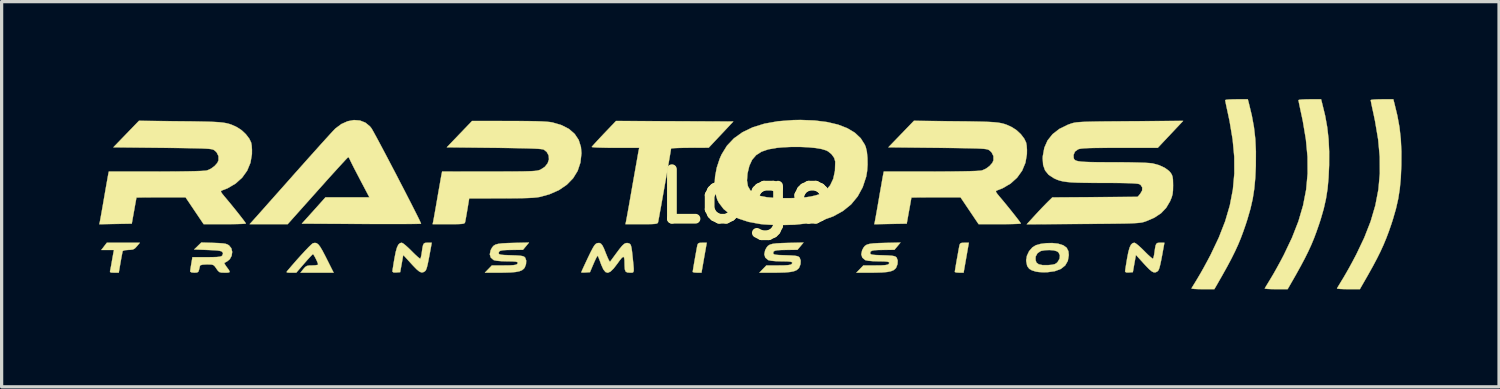
<source format=kicad_pcb>
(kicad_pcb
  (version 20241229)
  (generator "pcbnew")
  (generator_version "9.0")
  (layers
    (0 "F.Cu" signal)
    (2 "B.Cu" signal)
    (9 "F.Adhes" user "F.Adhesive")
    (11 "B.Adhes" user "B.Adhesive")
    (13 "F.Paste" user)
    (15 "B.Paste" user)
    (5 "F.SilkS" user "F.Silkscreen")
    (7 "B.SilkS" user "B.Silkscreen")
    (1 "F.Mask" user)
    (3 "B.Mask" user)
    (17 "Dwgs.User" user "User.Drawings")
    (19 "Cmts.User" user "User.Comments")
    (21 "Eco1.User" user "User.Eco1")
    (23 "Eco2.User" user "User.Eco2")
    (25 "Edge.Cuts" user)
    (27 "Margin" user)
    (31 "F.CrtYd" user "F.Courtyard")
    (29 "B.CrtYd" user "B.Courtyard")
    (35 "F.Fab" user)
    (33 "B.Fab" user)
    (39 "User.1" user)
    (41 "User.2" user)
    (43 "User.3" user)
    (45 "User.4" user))
  (footprint "Logo"
    (layer "F.Cu")
    (at 19.946 2.99)
    (property "Reference" "Logo" (at 0 0 0) (layer "F.SilkS") (effects (font (size 1.524 1.524) (thickness 0.3))))
    (attr through_hole)
    (fp_poly (pts (xy -1.413 2.349) (xy -1.548 2.349) (xy -1.63 2.344) (xy -1.678 2.331) (xy -1.683 2.325) (xy -1.677 2.285) (xy -1.663 2.198) (xy -1.643 2.078) (xy -1.619 1.94) (xy -1.594 1.798) (xy -1.57 1.667) (xy -1.551 1.562) (xy -1.538 1.5) (xy -1.518 1.454) (xy -1.473 1.433) (xy -1.387 1.429) (xy -1.251 1.429) (xy -1.413 2.349)) (stroke (width 0.01) (type solid)) (fill yes) (layer "F.SilkS"))
    (fp_poly (pts (xy 6.652 2.349) (xy 6.517 2.349) (xy 6.434 2.344) (xy 6.387 2.331) (xy 6.382 2.325) (xy 6.387 2.285) (xy 6.401 2.198) (xy 6.421 2.078) (xy 6.445 1.94) (xy 6.471 1.798) (xy 6.494 1.667) (xy 6.514 1.562) (xy 6.526 1.5) (xy 6.546 1.454) (xy 6.592 1.433) (xy 6.678 1.429) (xy 6.813 1.429) (xy 6.652 2.349)) (stroke (width 0.01) (type solid)) (fill yes) (layer "F.SilkS"))
    (fp_poly (pts (xy -18.785 1.538) (xy -18.846 1.603) (xy -18.906 1.636) (xy -18.991 1.647) (xy -19.043 1.649) (xy -19.153 1.658) (xy -19.215 1.679) (xy -19.223 1.691) (xy -19.233 1.738) (xy -19.251 1.831) (xy -19.274 1.956) (xy -19.289 2.04) (xy -19.342 2.349) (xy -19.484 2.349) (xy -19.571 2.346) (xy -19.609 2.331) (xy -19.611 2.298) (xy -19.609 2.294) (xy -19.596 2.235) (xy -19.577 2.135) (xy -19.559 2.032) (xy -19.538 1.91) (xy -19.518 1.8) (xy -19.507 1.738) (xy -19.489 1.651) (xy -19.879 1.651) (xy -19.709 1.429) (xy -18.694 1.429) (xy -18.785 1.538)) (stroke (width 0.01) (type solid)) (fill yes) (layer "F.SilkS"))
    (fp_poly (pts (xy -13.254 1.442) (xy -13.202 1.481) (xy -13.145 1.554) (xy -13.076 1.67) (xy -12.99 1.834) (xy -12.953 1.907) (xy -12.731 2.349) (xy -13.75 2.349) (xy -13.662 2.238) (xy -13.606 2.175) (xy -13.553 2.142) (xy -13.48 2.129) (xy -13.391 2.127) (xy -13.292 2.122) (xy -13.226 2.11) (xy -13.208 2.096) (xy -13.221 2.05) (xy -13.253 1.974) (xy -13.294 1.891) (xy -13.334 1.819) (xy -13.362 1.78) (xy -13.367 1.778) (xy -13.394 1.801) (xy -13.453 1.862) (xy -13.536 1.953) (xy -13.633 2.064) (xy -13.88 2.349) (xy -14.041 2.349) (xy -14.134 2.348) (xy -14.174 2.339) (xy -14.173 2.318) (xy -14.155 2.294) (xy -14.013 2.128) (xy -13.87 1.964) (xy -13.732 1.811) (xy -13.607 1.675) (xy -13.5 1.564) (xy -13.419 1.486) (xy -13.372 1.447) (xy -13.366 1.444) (xy -13.307 1.433) (xy -13.254 1.442)) (stroke (width 0.01) (type solid)) (fill yes) (layer "F.SilkS"))
    (fp_poly (pts (xy -9.734 1.548) (xy -9.777 1.782) (xy -9.811 1.961) (xy -9.838 2.093) (xy -9.861 2.185) (xy -9.882 2.247) (xy -9.902 2.285) (xy -9.924 2.307) (xy -9.924 2.308) (xy -9.98 2.338) (xy -10.035 2.341) (xy -10.099 2.311) (xy -10.181 2.243) (xy -10.289 2.131) (xy -10.34 2.076) (xy -10.589 1.803) (xy -10.636 2.068) (xy -10.684 2.334) (xy -10.803 2.343) (xy -10.889 2.342) (xy -10.921 2.317) (xy -10.922 2.312) (xy -10.917 2.265) (xy -10.902 2.17) (xy -10.882 2.042) (xy -10.859 1.909) (xy -10.821 1.714) (xy -10.782 1.576) (xy -10.739 1.487) (xy -10.688 1.441) (xy -10.635 1.429) (xy -10.592 1.45) (xy -10.517 1.509) (xy -10.421 1.596) (xy -10.334 1.682) (xy -10.233 1.782) (xy -10.148 1.86) (xy -10.088 1.909) (xy -10.064 1.92) (xy -10.048 1.884) (xy -10.03 1.804) (xy -10.02 1.739) (xy -10 1.597) (xy -9.981 1.507) (xy -9.957 1.457) (xy -9.919 1.434) (xy -9.863 1.429) (xy -9.838 1.429) (xy -9.713 1.429) (xy -9.734 1.548)) (stroke (width 0.01) (type solid)) (fill yes) (layer "F.SilkS"))
    (fp_poly (pts (xy 12.808 1.548) (xy 12.766 1.782) (xy 12.732 1.961) (xy 12.704 2.093) (xy 12.681 2.185) (xy 12.66 2.247) (xy 12.64 2.285) (xy 12.619 2.307) (xy 12.618 2.308) (xy 12.563 2.338) (xy 12.507 2.341) (xy 12.443 2.311) (xy 12.361 2.243) (xy 12.253 2.131) (xy 12.202 2.076) (xy 11.954 1.803) (xy 11.906 2.068) (xy 11.859 2.334) (xy 11.74 2.343) (xy 11.653 2.342) (xy 11.621 2.317) (xy 11.621 2.312) (xy 11.626 2.265) (xy 11.64 2.17) (xy 11.661 2.042) (xy 11.683 1.909) (xy 11.721 1.714) (xy 11.76 1.576) (xy 11.803 1.487) (xy 11.854 1.441) (xy 11.907 1.429) (xy 11.951 1.45) (xy 12.026 1.509) (xy 12.122 1.596) (xy 12.209 1.682) (xy 12.309 1.782) (xy 12.395 1.86) (xy 12.455 1.909) (xy 12.478 1.92) (xy 12.495 1.884) (xy 12.513 1.804) (xy 12.523 1.739) (xy 12.543 1.597) (xy 12.561 1.507) (xy 12.586 1.457) (xy 12.623 1.434) (xy 12.68 1.429) (xy 12.705 1.429) (xy 12.83 1.429) (xy 12.808 1.548)) (stroke (width 0.01) (type solid)) (fill yes) (layer "F.SilkS"))
    (fp_poly (pts (xy 9.545 1.455) (xy 9.561 1.458) (xy 9.719 1.507) (xy 9.822 1.582) (xy 9.876 1.688) (xy 9.888 1.808) (xy 9.859 1.985) (xy 9.777 2.128) (xy 9.644 2.234) (xy 9.46 2.303) (xy 9.234 2.335) (xy 9.098 2.337) (xy 8.97 2.33) (xy 8.88 2.317) (xy 8.754 2.278) (xy 8.674 2.232) (xy 8.623 2.167) (xy 8.605 2.129) (xy 8.577 1.984) (xy 8.581 1.955) (xy 8.864 1.955) (xy 8.893 2.039) (xy 8.963 2.092) (xy 9.08 2.117) (xy 9.25 2.117) (xy 9.254 2.117) (xy 9.376 2.106) (xy 9.455 2.088) (xy 9.509 2.057) (xy 9.549 2.016) (xy 9.606 1.915) (xy 9.614 1.814) (xy 9.574 1.729) (xy 9.525 1.692) (xy 9.428 1.664) (xy 9.297 1.653) (xy 9.158 1.658) (xy 9.039 1.68) (xy 9.026 1.684) (xy 8.925 1.75) (xy 8.869 1.853) (xy 8.864 1.955) (xy 8.581 1.955) (xy 8.6 1.831) (xy 8.667 1.688) (xy 8.77 1.57) (xy 8.876 1.505) (xy 9.017 1.465) (xy 9.193 1.442) (xy 9.378 1.438) (xy 9.545 1.455)) (stroke (width 0.01) (type solid)) (fill yes) (layer "F.SilkS"))
    (fp_poly (pts (xy 15.428 -2.865) (xy 15.52 -2.484) (xy 15.586 -2.123) (xy 15.627 -1.762) (xy 15.645 -1.381) (xy 15.643 -0.961) (xy 15.643 -0.937) (xy 15.626 -0.563) (xy 15.595 -0.232) (xy 15.547 0.077) (xy 15.477 0.384) (xy 15.383 0.709) (xy 15.333 0.864) (xy 15.256 1.086) (xy 15.179 1.292) (xy 15.096 1.492) (xy 15.002 1.696) (xy 14.894 1.913) (xy 14.766 2.154) (xy 14.613 2.428) (xy 14.432 2.745) (xy 14.426 2.754) (xy 14.367 2.857) (xy 14.008 2.857) (xy 13.867 2.855) (xy 13.755 2.85) (xy 13.683 2.842) (xy 13.663 2.834) (xy 13.684 2.798) (xy 13.731 2.721) (xy 13.797 2.613) (xy 13.86 2.508) (xy 13.947 2.361) (xy 14.049 2.179) (xy 14.154 1.985) (xy 14.251 1.802) (xy 14.255 1.794) (xy 14.503 1.272) (xy 14.699 0.771) (xy 14.843 0.281) (xy 14.937 -0.207) (xy 14.982 -0.702) (xy 14.98 -1.212) (xy 14.93 -1.747) (xy 14.835 -2.315) (xy 14.794 -2.508) (xy 14.76 -2.665) (xy 14.731 -2.8) (xy 14.711 -2.901) (xy 14.701 -2.955) (xy 14.7 -2.96) (xy 14.73 -2.97) (xy 14.81 -2.978) (xy 14.928 -2.983) (xy 15.048 -2.985) (xy 15.396 -2.985) (xy 15.428 -2.865)) (stroke (width 0.01) (type solid)) (fill yes) (layer "F.SilkS"))
    (fp_poly (pts (xy 17.682 -2.865) (xy 17.775 -2.484) (xy 17.84 -2.123) (xy 17.881 -1.762) (xy 17.899 -1.381) (xy 17.898 -0.961) (xy 17.897 -0.937) (xy 17.88 -0.563) (xy 17.85 -0.232) (xy 17.801 0.077) (xy 17.732 0.384) (xy 17.638 0.709) (xy 17.587 0.864) (xy 17.51 1.086) (xy 17.433 1.292) (xy 17.35 1.492) (xy 17.256 1.696) (xy 17.148 1.913) (xy 17.02 2.154) (xy 16.868 2.428) (xy 16.686 2.745) (xy 16.681 2.754) (xy 16.621 2.857) (xy 16.262 2.857) (xy 16.121 2.855) (xy 16.009 2.85) (xy 15.937 2.842) (xy 15.917 2.834) (xy 15.939 2.798) (xy 15.985 2.721) (xy 16.051 2.613) (xy 16.114 2.508) (xy 16.201 2.361) (xy 16.303 2.179) (xy 16.409 1.985) (xy 16.505 1.802) (xy 16.509 1.794) (xy 16.757 1.272) (xy 16.953 0.771) (xy 17.097 0.281) (xy 17.192 -0.207) (xy 17.237 -0.702) (xy 17.234 -1.212) (xy 17.184 -1.747) (xy 17.089 -2.315) (xy 17.048 -2.508) (xy 17.014 -2.665) (xy 16.986 -2.8) (xy 16.965 -2.901) (xy 16.955 -2.955) (xy 16.954 -2.96) (xy 16.984 -2.97) (xy 17.064 -2.978) (xy 17.182 -2.983) (xy 17.303 -2.985) (xy 17.651 -2.985) (xy 17.682 -2.865)) (stroke (width 0.01) (type solid)) (fill yes) (layer "F.SilkS"))
    (fp_poly (pts (xy 19.905 -2.865) (xy 19.997 -2.484) (xy 20.063 -2.123) (xy 20.103 -1.762) (xy 20.122 -1.381) (xy 20.12 -0.961) (xy 20.119 -0.937) (xy 20.103 -0.563) (xy 20.072 -0.232) (xy 20.024 0.077) (xy 19.954 0.384) (xy 19.86 0.709) (xy 19.81 0.864) (xy 19.733 1.086) (xy 19.655 1.292) (xy 19.572 1.492) (xy 19.479 1.696) (xy 19.371 1.913) (xy 19.243 2.154) (xy 19.09 2.428) (xy 18.908 2.745) (xy 18.903 2.754) (xy 18.844 2.857) (xy 18.485 2.857) (xy 18.344 2.855) (xy 18.232 2.85) (xy 18.16 2.842) (xy 18.14 2.834) (xy 18.161 2.798) (xy 18.208 2.721) (xy 18.273 2.613) (xy 18.337 2.508) (xy 18.423 2.361) (xy 18.526 2.179) (xy 18.631 1.985) (xy 18.727 1.802) (xy 18.732 1.794) (xy 18.98 1.272) (xy 19.176 0.771) (xy 19.32 0.281) (xy 19.414 -0.207) (xy 19.459 -0.702) (xy 19.456 -1.212) (xy 19.407 -1.747) (xy 19.311 -2.315) (xy 19.271 -2.508) (xy 19.237 -2.665) (xy 19.208 -2.8) (xy 19.188 -2.901) (xy 19.178 -2.955) (xy 19.177 -2.96) (xy 19.207 -2.97) (xy 19.287 -2.978) (xy 19.405 -2.983) (xy 19.525 -2.985) (xy 19.873 -2.985) (xy 19.905 -2.865)) (stroke (width 0.01) (type solid)) (fill yes) (layer "F.SilkS"))
    (fp_poly (pts (xy -6.813 1.535) (xy -6.906 1.646) (xy -7.228 1.649) (xy -7.402 1.652) (xy -7.521 1.659) (xy -7.596 1.674) (xy -7.636 1.697) (xy -7.651 1.731) (xy -7.652 1.746) (xy -7.646 1.771) (xy -7.621 1.787) (xy -7.567 1.799) (xy -7.474 1.807) (xy -7.331 1.812) (xy -7.268 1.814) (xy -7.103 1.82) (xy -6.99 1.828) (xy -6.917 1.84) (xy -6.872 1.857) (xy -6.843 1.882) (xy -6.837 1.889) (xy -6.806 1.977) (xy -6.812 2.086) (xy -6.851 2.19) (xy -6.877 2.226) (xy -6.933 2.272) (xy -7.014 2.305) (xy -7.127 2.328) (xy -7.282 2.342) (xy -7.487 2.348) (xy -7.618 2.349) (xy -8.077 2.349) (xy -7.969 2.238) (xy -7.862 2.127) (xy -7.491 2.127) (xy -7.314 2.125) (xy -7.192 2.117) (xy -7.118 2.104) (xy -7.084 2.085) (xy -7.064 2.05) (xy -7.076 2.026) (xy -7.127 2.011) (xy -7.226 2.003) (xy -7.379 2) (xy -7.411 2) (xy -7.578 1.995) (xy -7.711 1.983) (xy -7.798 1.965) (xy -7.81 1.959) (xy -7.895 1.886) (xy -7.926 1.784) (xy -7.901 1.664) (xy -7.894 1.648) (xy -7.856 1.577) (xy -7.812 1.524) (xy -7.753 1.487) (xy -7.668 1.463) (xy -7.548 1.448) (xy -7.382 1.439) (xy -7.209 1.434) (xy -6.72 1.423) (xy -6.813 1.535)) (stroke (width 0.01) (type solid)) (fill yes) (layer "F.SilkS"))
    (fp_poly (pts (xy 1.633 1.535) (xy 1.54 1.646) (xy 1.217 1.649) (xy 1.044 1.652) (xy 0.924 1.659) (xy 0.849 1.674) (xy 0.809 1.697) (xy 0.795 1.731) (xy 0.794 1.746) (xy 0.8 1.771) (xy 0.825 1.787) (xy 0.878 1.799) (xy 0.972 1.807) (xy 1.114 1.812) (xy 1.177 1.814) (xy 1.342 1.82) (xy 1.455 1.828) (xy 1.529 1.84) (xy 1.574 1.857) (xy 1.603 1.882) (xy 1.608 1.889) (xy 1.639 1.977) (xy 1.634 2.086) (xy 1.595 2.19) (xy 1.568 2.226) (xy 1.512 2.272) (xy 1.432 2.305) (xy 1.318 2.328) (xy 1.164 2.342) (xy 0.959 2.348) (xy 0.827 2.349) (xy 0.369 2.349) (xy 0.476 2.238) (xy 0.584 2.127) (xy 0.955 2.127) (xy 1.132 2.125) (xy 1.254 2.117) (xy 1.328 2.104) (xy 1.361 2.085) (xy 1.382 2.05) (xy 1.37 2.026) (xy 1.318 2.011) (xy 1.22 2.003) (xy 1.066 2) (xy 1.035 2) (xy 0.868 1.995) (xy 0.735 1.983) (xy 0.648 1.965) (xy 0.636 1.959) (xy 0.551 1.886) (xy 0.52 1.784) (xy 0.545 1.664) (xy 0.551 1.648) (xy 0.59 1.577) (xy 0.633 1.524) (xy 0.693 1.487) (xy 0.777 1.463) (xy 0.897 1.448) (xy 1.063 1.439) (xy 1.236 1.434) (xy 1.726 1.423) (xy 1.633 1.535)) (stroke (width 0.01) (type solid)) (fill yes) (layer "F.SilkS"))
    (fp_poly (pts (xy 4.617 1.535) (xy 4.524 1.646) (xy 4.202 1.649) (xy 4.028 1.652) (xy 3.909 1.659) (xy 3.834 1.674) (xy 3.794 1.697) (xy 3.779 1.731) (xy 3.778 1.746) (xy 3.784 1.771) (xy 3.809 1.787) (xy 3.863 1.799) (xy 3.956 1.807) (xy 4.099 1.812) (xy 4.162 1.814) (xy 4.327 1.82) (xy 4.44 1.828) (xy 4.513 1.84) (xy 4.558 1.857) (xy 4.587 1.882) (xy 4.593 1.889) (xy 4.624 1.977) (xy 4.618 2.086) (xy 4.579 2.19) (xy 4.553 2.226) (xy 4.497 2.272) (xy 4.416 2.305) (xy 4.303 2.328) (xy 4.148 2.342) (xy 3.943 2.348) (xy 3.812 2.349) (xy 3.353 2.349) (xy 3.461 2.238) (xy 3.568 2.127) (xy 3.939 2.127) (xy 4.116 2.125) (xy 4.238 2.117) (xy 4.312 2.104) (xy 4.346 2.085) (xy 4.366 2.05) (xy 4.354 2.026) (xy 4.303 2.011) (xy 4.204 2.003) (xy 4.051 2) (xy 4.019 2) (xy 3.852 1.995) (xy 3.719 1.983) (xy 3.632 1.965) (xy 3.62 1.959) (xy 3.535 1.886) (xy 3.504 1.784) (xy 3.529 1.664) (xy 3.536 1.648) (xy 3.574 1.577) (xy 3.618 1.524) (xy 3.677 1.487) (xy 3.762 1.463) (xy 3.882 1.448) (xy 4.048 1.439) (xy 4.221 1.434) (xy 4.71 1.423) (xy 4.617 1.535)) (stroke (width 0.01) (type solid)) (fill yes) (layer "F.SilkS"))
    (fp_poly (pts (xy -2.238 -2.31) (xy -0.434 -2.302) (xy -0.812 -1.899) (xy -1.191 -1.496) (xy -1.77 -1.494) (xy -1.954 -1.492) (xy -2.114 -1.488) (xy -2.24 -1.483) (xy -2.322 -1.476) (xy -2.349 -1.469) (xy -2.355 -1.431) (xy -2.37 -1.339) (xy -2.393 -1.202) (xy -2.423 -1.029) (xy -2.458 -0.827) (xy -2.496 -0.607) (xy -2.537 -0.377) (xy -2.578 -0.145) (xy -2.618 0.08) (xy -2.655 0.29) (xy -2.689 0.474) (xy -2.716 0.626) (xy -2.737 0.736) (xy -2.748 0.795) (xy -2.75 0.802) (xy -2.762 0.823) (xy -2.79 0.838) (xy -2.842 0.848) (xy -2.929 0.854) (xy -3.06 0.857) (xy -3.245 0.857) (xy -3.26 0.857) (xy -3.753 0.857) (xy -3.736 0.786) (xy -3.727 0.738) (xy -3.708 0.636) (xy -3.681 0.487) (xy -3.647 0.299) (xy -3.609 0.082) (xy -3.567 -0.158) (xy -3.542 -0.302) (xy -3.498 -0.552) (xy -3.457 -0.785) (xy -3.42 -0.992) (xy -3.389 -1.167) (xy -3.366 -1.3) (xy -3.351 -1.383) (xy -3.346 -1.405) (xy -3.329 -1.492) (xy -4.064 -1.492) (xy -4.272 -1.493) (xy -4.456 -1.497) (xy -4.608 -1.501) (xy -4.718 -1.508) (xy -4.78 -1.515) (xy -4.789 -1.52) (xy -4.764 -1.551) (xy -4.703 -1.619) (xy -4.613 -1.717) (xy -4.502 -1.836) (xy -4.41 -1.933) (xy -4.042 -2.318) (xy -2.238 -2.31)) (stroke (width 0.01) (type solid)) (fill yes) (layer "F.SilkS"))
    (fp_poly (pts (xy -16.42 1.433) (xy -16.251 1.44) (xy -16.133 1.449) (xy -16.052 1.462) (xy -15.994 1.483) (xy -15.949 1.511) (xy -15.878 1.599) (xy -15.852 1.711) (xy -15.869 1.829) (xy -15.926 1.935) (xy -16.01 2.004) (xy -16.069 2.036) (xy -16.094 2.051) (xy -16.084 2.081) (xy -16.046 2.141) (xy -16.028 2.166) (xy -15.958 2.261) (xy -15.929 2.316) (xy -15.944 2.341) (xy -16.006 2.349) (xy -16.079 2.349) (xy -16.182 2.347) (xy -16.245 2.331) (xy -16.291 2.29) (xy -16.339 2.223) (xy -16.387 2.154) (xy -16.43 2.116) (xy -16.488 2.099) (xy -16.582 2.096) (xy -16.626 2.095) (xy -16.758 2.102) (xy -16.829 2.121) (xy -16.842 2.135) (xy -16.857 2.195) (xy -16.873 2.262) (xy -16.893 2.319) (xy -16.934 2.344) (xy -17.017 2.349) (xy -17.019 2.349) (xy -17.103 2.341) (xy -17.144 2.318) (xy -17.145 2.312) (xy -17.14 2.263) (xy -17.126 2.173) (xy -17.11 2.074) (xy -17.075 1.873) (xy -16.638 1.873) (xy -16.456 1.872) (xy -16.328 1.868) (xy -16.243 1.859) (xy -16.19 1.846) (xy -16.161 1.826) (xy -16.159 1.823) (xy -16.134 1.762) (xy -16.15 1.72) (xy -16.174 1.697) (xy -16.222 1.681) (xy -16.301 1.668) (xy -16.425 1.659) (xy -16.601 1.651) (xy -16.603 1.651) (xy -17.022 1.635) (xy -16.802 1.422) (xy -16.42 1.433)) (stroke (width 0.01) (type solid)) (fill yes) (layer "F.SilkS"))
    (fp_poly (pts (xy -4.51 1.454) (xy -4.464 1.507) (xy -4.415 1.603) (xy -4.356 1.752) (xy -4.35 1.766) (xy -4.303 1.881) (xy -4.263 1.966) (xy -4.234 2.009) (xy -4.225 2.011) (xy -4.197 1.975) (xy -4.142 1.9) (xy -4.07 1.802) (xy -4.04 1.761) (xy -3.933 1.618) (xy -3.853 1.521) (xy -3.79 1.464) (xy -3.737 1.439) (xy -3.685 1.438) (xy -3.669 1.441) (xy -3.631 1.454) (xy -3.603 1.475) (xy -3.583 1.516) (xy -3.566 1.587) (xy -3.55 1.697) (xy -3.533 1.856) (xy -3.525 1.93) (xy -3.508 2.1) (xy -3.498 2.217) (xy -3.498 2.29) (xy -3.509 2.33) (xy -3.534 2.347) (xy -3.574 2.35) (xy -3.616 2.349) (xy -3.698 2.342) (xy -3.747 2.313) (xy -3.771 2.248) (xy -3.778 2.136) (xy -3.779 2.101) (xy -3.782 1.963) (xy -3.794 1.884) (xy -3.82 1.861) (xy -3.867 1.895) (xy -3.938 1.984) (xy -3.996 2.065) (xy -4.114 2.219) (xy -4.212 2.315) (xy -4.294 2.352) (xy -4.366 2.33) (xy -4.431 2.25) (xy -4.494 2.112) (xy -4.509 2.071) (xy -4.549 1.961) (xy -4.583 1.875) (xy -4.604 1.831) (xy -4.605 1.829) (xy -4.625 1.848) (xy -4.661 1.914) (xy -4.708 2.015) (xy -4.733 2.073) (xy -4.844 2.334) (xy -4.978 2.343) (xy -5.06 2.346) (xy -5.107 2.342) (xy -5.112 2.338) (xy -5.099 2.306) (xy -5.063 2.226) (xy -5.01 2.111) (xy -4.943 1.968) (xy -4.908 1.893) (xy -4.825 1.722) (xy -4.762 1.6) (xy -4.713 1.519) (xy -4.673 1.471) (xy -4.636 1.447) (xy -4.622 1.442) (xy -4.56 1.435) (xy -4.51 1.454)) (stroke (width 0.01) (type solid)) (fill yes) (layer "F.SilkS"))
    (fp_poly (pts (xy -11.921 -2.332) (xy -11.755 -2.267) (xy -11.615 -2.153) (xy -11.566 -2.091) (xy -11.532 -2.034) (xy -11.475 -1.931) (xy -11.397 -1.788) (xy -11.302 -1.611) (xy -11.194 -1.407) (xy -11.075 -1.182) (xy -10.95 -0.943) (xy -10.82 -0.696) (xy -10.691 -0.446) (xy -10.564 -0.202) (xy -10.444 0.032) (xy -10.333 0.248) (xy -10.236 0.44) (xy -10.154 0.602) (xy -10.092 0.728) (xy -10.054 0.811) (xy -10.041 0.844) (xy -10.041 0.844) (xy -10.074 0.846) (xy -10.166 0.848) (xy -10.309 0.85) (xy -10.499 0.851) (xy -10.73 0.852) (xy -10.996 0.852) (xy -11.291 0.851) (xy -11.611 0.851) (xy -11.882 0.85) (xy -13.709 0.841) (xy -13.345 0.437) (xy -12.982 0.032) (xy -11.63 0.032) (xy -11.927 -0.532) (xy -12.018 -0.707) (xy -12.101 -0.866) (xy -12.168 -0.999) (xy -12.216 -1.096) (xy -12.24 -1.148) (xy -12.242 -1.151) (xy -12.267 -1.198) (xy -12.281 -1.206) (xy -12.306 -1.183) (xy -12.369 -1.118) (xy -12.465 -1.014) (xy -12.59 -0.878) (xy -12.74 -0.713) (xy -12.91 -0.525) (xy -13.095 -0.318) (xy -13.224 -0.174) (xy -14.145 0.857) (xy -14.73 0.857) (xy -15.315 0.857) (xy -15.235 0.77) (xy -15.2 0.73) (xy -15.126 0.648) (xy -15.018 0.527) (xy -14.881 0.373) (xy -14.718 0.189) (xy -14.533 -0.019) (xy -14.331 -0.246) (xy -14.115 -0.489) (xy -13.972 -0.651) (xy -13.748 -0.902) (xy -13.535 -1.141) (xy -13.335 -1.364) (xy -13.154 -1.566) (xy -12.995 -1.742) (xy -12.862 -1.888) (xy -12.761 -1.998) (xy -12.694 -2.068) (xy -12.672 -2.09) (xy -12.49 -2.225) (xy -12.298 -2.31) (xy -12.105 -2.346) (xy -11.921 -2.332)) (stroke (width 0.01) (type solid)) (fill yes) (layer "F.SilkS"))
    (fp_poly (pts (xy -7.339 -2.317) (xy -7.004 -2.316) (xy -6.727 -2.314) (xy -6.501 -2.31) (xy -6.321 -2.304) (xy -6.181 -2.295) (xy -6.074 -2.285) (xy -5.997 -2.272) (xy -5.717 -2.189) (xy -5.489 -2.072) (xy -5.314 -1.919) (xy -5.191 -1.734) (xy -5.122 -1.516) (xy -5.106 -1.326) (xy -5.137 -1.041) (xy -5.223 -0.783) (xy -5.364 -0.554) (xy -5.557 -0.356) (xy -5.799 -0.191) (xy -6.09 -0.063) (xy -6.382 0.018) (xy -6.47 0.032) (xy -6.592 0.044) (xy -6.752 0.052) (xy -6.958 0.058) (xy -7.215 0.061) (xy -7.528 0.063) (xy -7.574 0.063) (xy -8.56 0.064) (xy -8.616 0.405) (xy -8.641 0.55) (xy -8.663 0.675) (xy -8.68 0.766) (xy -8.688 0.802) (xy -8.7 0.823) (xy -8.727 0.838) (xy -8.78 0.848) (xy -8.867 0.854) (xy -8.998 0.857) (xy -9.183 0.857) (xy -9.194 0.857) (xy -9.685 0.857) (xy -9.669 0.786) (xy -9.659 0.734) (xy -9.64 0.63) (xy -9.614 0.484) (xy -9.583 0.308) (xy -9.549 0.111) (xy -9.541 0.064) (xy -9.506 -0.138) (xy -9.473 -0.322) (xy -9.446 -0.479) (xy -9.425 -0.598) (xy -9.412 -0.667) (xy -9.41 -0.675) (xy -9.393 -0.762) (xy -7.943 -0.763) (xy -7.6 -0.763) (xy -7.314 -0.764) (xy -7.08 -0.765) (xy -6.891 -0.767) (xy -6.743 -0.771) (xy -6.628 -0.775) (xy -6.541 -0.781) (xy -6.477 -0.789) (xy -6.428 -0.799) (xy -6.39 -0.811) (xy -6.362 -0.823) (xy -6.232 -0.908) (xy -6.146 -1.016) (xy -6.106 -1.136) (xy -6.115 -1.256) (xy -6.173 -1.363) (xy -6.263 -1.436) (xy -6.297 -1.446) (xy -6.362 -1.455) (xy -6.464 -1.463) (xy -6.605 -1.47) (xy -6.792 -1.476) (xy -7.027 -1.481) (xy -7.316 -1.486) (xy -7.663 -1.491) (xy -7.791 -1.492) (xy -9.249 -1.508) (xy -8.86 -1.913) (xy -8.471 -2.318) (xy -7.339 -2.317)) (stroke (width 0.01) (type solid)) (fill yes) (layer "F.SilkS"))
    (fp_poly (pts (xy 2.067 -2.333) (xy 2.451 -2.285) (xy 2.787 -2.206) (xy 3.072 -2.096) (xy 3.306 -1.956) (xy 3.486 -1.787) (xy 3.611 -1.589) (xy 3.642 -1.514) (xy 3.676 -1.367) (xy 3.694 -1.18) (xy 3.697 -0.975) (xy 3.683 -0.774) (xy 3.654 -0.603) (xy 3.547 -0.28) (xy 3.393 0.003) (xy 3.192 0.247) (xy 2.942 0.45) (xy 2.644 0.615) (xy 2.297 0.74) (xy 1.901 0.827) (xy 1.454 0.874) (xy 1.016 0.885) (xy 0.838 0.881) (xy 0.658 0.873) (xy 0.5 0.863) (xy 0.4 0.853) (xy 0.039 0.787) (xy -0.27 0.687) (xy -0.527 0.556) (xy -0.731 0.392) (xy -0.88 0.196) (xy -0.926 0.106) (xy -0.988 -0.101) (xy -1.01 -0.344) (xy -1.002 -0.483) (xy -0.013 -0.483) (xy 0.015 -0.312) (xy 0.092 -0.179) (xy 0.218 -0.079) (xy 0.398 -0.01) (xy 0.601 0.029) (xy 0.808 0.047) (xy 1.054 0.057) (xy 1.315 0.057) (xy 1.568 0.049) (xy 1.788 0.031) (xy 1.79 0.031) (xy 1.941 0.008) (xy 2.088 -0.025) (xy 2.206 -0.06) (xy 2.228 -0.069) (xy 2.407 -0.179) (xy 2.545 -0.336) (xy 2.641 -0.538) (xy 2.694 -0.783) (xy 2.703 -1.068) (xy 2.703 -1.069) (xy 2.67 -1.182) (xy 2.591 -1.293) (xy 2.481 -1.383) (xy 2.423 -1.413) (xy 2.284 -1.455) (xy 2.095 -1.487) (xy 1.869 -1.509) (xy 1.618 -1.52) (xy 1.356 -1.52) (xy 1.095 -1.508) (xy 0.909 -1.491) (xy 0.643 -1.445) (xy 0.431 -1.372) (xy 0.267 -1.266) (xy 0.144 -1.122) (xy 0.059 -0.936) (xy 0.003 -0.702) (xy 0.002 -0.695) (xy -0.013 -0.483) (xy -1.002 -0.483) (xy -0.994 -0.609) (xy -0.942 -0.884) (xy -0.853 -1.154) (xy -0.793 -1.29) (xy -0.63 -1.555) (xy -0.416 -1.782) (xy -0.152 -1.971) (xy 0.162 -2.122) (xy 0.527 -2.235) (xy 0.942 -2.309) (xy 1.408 -2.345) (xy 1.636 -2.349) (xy 2.067 -2.333)) (stroke (width 0.01) (type solid)) (fill yes) (layer "F.SilkS"))
    (fp_poly (pts (xy -17.448 -2.309) (xy -17.111 -2.306) (xy -16.83 -2.301) (xy -16.599 -2.296) (xy -16.411 -2.289) (xy -16.258 -2.28) (xy -16.135 -2.267) (xy -16.033 -2.25) (xy -15.946 -2.228) (xy -15.867 -2.201) (xy -15.789 -2.167) (xy -15.706 -2.127) (xy -15.699 -2.123) (xy -15.56 -2.032) (xy -15.431 -1.91) (xy -15.327 -1.775) (xy -15.268 -1.651) (xy -15.252 -1.559) (xy -15.244 -1.431) (xy -15.245 -1.298) (xy -15.29 -1.033) (xy -15.391 -0.79) (xy -15.545 -0.575) (xy -15.748 -0.392) (xy -15.993 -0.248) (xy -16.172 -0.178) (xy -16.197 -0.162) (xy -16.194 -0.133) (xy -16.159 -0.079) (xy -16.087 0.009) (xy -16.074 0.024) (xy -15.975 0.142) (xy -15.866 0.274) (xy -15.755 0.411) (xy -15.65 0.543) (xy -15.558 0.661) (xy -15.486 0.755) (xy -15.441 0.818) (xy -15.431 0.837) (xy -15.461 0.843) (xy -15.545 0.848) (xy -15.674 0.853) (xy -15.838 0.856) (xy -16.028 0.857) (xy -16.08 0.857) (xy -16.73 0.857) (xy -17.008 0.445) (xy -17.286 0.032) (xy -18.041 0.032) (xy -18.253 0.032) (xy -18.441 0.033) (xy -18.599 0.034) (xy -18.716 0.036) (xy -18.784 0.038) (xy -18.798 0.04) (xy -18.804 0.072) (xy -18.819 0.155) (xy -18.841 0.276) (xy -18.867 0.424) (xy -18.871 0.445) (xy -18.942 0.841) (xy -19.441 0.85) (xy -19.941 0.859) (xy -19.924 0.787) (xy -19.914 0.734) (xy -19.895 0.63) (xy -19.869 0.484) (xy -19.838 0.308) (xy -19.804 0.111) (xy -19.796 0.064) (xy -19.761 -0.138) (xy -19.729 -0.322) (xy -19.701 -0.479) (xy -19.68 -0.598) (xy -19.667 -0.667) (xy -19.666 -0.675) (xy -19.648 -0.762) (xy -18.198 -0.762) (xy -17.823 -0.763) (xy -17.492 -0.765) (xy -17.21 -0.769) (xy -16.979 -0.774) (xy -16.803 -0.78) (xy -16.684 -0.788) (xy -16.628 -0.796) (xy -16.507 -0.849) (xy -16.395 -0.931) (xy -16.31 -1.027) (xy -16.273 -1.107) (xy -16.274 -1.238) (xy -16.332 -1.354) (xy -16.404 -1.419) (xy -16.428 -1.432) (xy -16.461 -1.444) (xy -16.507 -1.453) (xy -16.573 -1.461) (xy -16.664 -1.467) (xy -16.785 -1.473) (xy -16.943 -1.477) (xy -17.142 -1.481) (xy -17.389 -1.485) (xy -17.689 -1.489) (xy -17.999 -1.492) (xy -19.508 -1.508) (xy -18.72 -2.323) (xy -17.448 -2.309)) (stroke (width 0.01) (type solid)) (fill yes) (layer "F.SilkS"))
    (fp_poly (pts (xy 6.396 -2.309) (xy 6.733 -2.306) (xy 7.014 -2.301) (xy 7.245 -2.296) (xy 7.433 -2.289) (xy 7.586 -2.28) (xy 7.71 -2.267) (xy 7.811 -2.25) (xy 7.898 -2.228) (xy 7.977 -2.201) (xy 8.055 -2.167) (xy 8.138 -2.127) (xy 8.145 -2.123) (xy 8.284 -2.032) (xy 8.414 -1.91) (xy 8.517 -1.775) (xy 8.576 -1.651) (xy 8.592 -1.559) (xy 8.601 -1.431) (xy 8.599 -1.298) (xy 8.554 -1.033) (xy 8.453 -0.79) (xy 8.299 -0.575) (xy 8.097 -0.392) (xy 7.851 -0.248) (xy 7.673 -0.178) (xy 7.648 -0.162) (xy 7.65 -0.133) (xy 7.685 -0.079) (xy 7.757 0.009) (xy 7.77 0.024) (xy 7.87 0.142) (xy 7.978 0.274) (xy 8.089 0.411) (xy 8.194 0.543) (xy 8.287 0.661) (xy 8.359 0.755) (xy 8.403 0.818) (xy 8.414 0.837) (xy 8.384 0.843) (xy 8.299 0.848) (xy 8.17 0.853) (xy 8.006 0.856) (xy 7.816 0.857) (xy 7.764 0.857) (xy 7.114 0.857) (xy 6.836 0.445) (xy 6.558 0.032) (xy 5.803 0.032) (xy 5.592 0.032) (xy 5.403 0.033) (xy 5.246 0.034) (xy 5.128 0.036) (xy 5.06 0.038) (xy 5.046 0.04) (xy 5.04 0.072) (xy 5.025 0.155) (xy 5.004 0.276) (xy 4.977 0.424) (xy 4.973 0.445) (xy 4.902 0.841) (xy 4.403 0.85) (xy 3.904 0.859) (xy 3.92 0.787) (xy 3.93 0.734) (xy 3.949 0.63) (xy 3.975 0.484) (xy 4.006 0.308) (xy 4.04 0.111) (xy 4.048 0.064) (xy 4.083 -0.138) (xy 4.116 -0.322) (xy 4.143 -0.479) (xy 4.164 -0.598) (xy 4.177 -0.667) (xy 4.179 -0.675) (xy 4.196 -0.762) (xy 5.646 -0.762) (xy 6.022 -0.763) (xy 6.352 -0.765) (xy 6.634 -0.769) (xy 6.865 -0.774) (xy 7.042 -0.78) (xy 7.16 -0.788) (xy 7.216 -0.796) (xy 7.337 -0.849) (xy 7.449 -0.931) (xy 7.534 -1.027) (xy 7.571 -1.107) (xy 7.57 -1.238) (xy 7.512 -1.354) (xy 7.44 -1.419) (xy 7.416 -1.432) (xy 7.383 -1.444) (xy 7.337 -1.453) (xy 7.271 -1.461) (xy 7.18 -1.467) (xy 7.059 -1.473) (xy 6.901 -1.477) (xy 6.702 -1.481) (xy 6.455 -1.485) (xy 6.155 -1.489) (xy 5.845 -1.492) (xy 4.337 -1.508) (xy 5.124 -2.323) (xy 6.396 -2.309)) (stroke (width 0.01) (type solid)) (fill yes) (layer "F.SilkS"))
    (fp_poly (pts (xy 13.017 -1.907) (xy 12.626 -1.492) (xy 11.456 -1.492) (xy 11.137 -1.492) (xy 10.877 -1.49) (xy 10.667 -1.488) (xy 10.503 -1.484) (xy 10.378 -1.478) (xy 10.287 -1.47) (xy 10.223 -1.46) (xy 10.18 -1.448) (xy 10.176 -1.447) (xy 10.079 -1.377) (xy 10.035 -1.274) (xy 10.038 -1.186) (xy 10.049 -1.15) (xy 10.071 -1.121) (xy 10.111 -1.098) (xy 10.173 -1.081) (xy 10.264 -1.068) (xy 10.391 -1.059) (xy 10.559 -1.053) (xy 10.775 -1.05) (xy 11.045 -1.048) (xy 11.242 -1.048) (xy 11.531 -1.047) (xy 11.796 -1.044) (xy 12.029 -1.038) (xy 12.222 -1.032) (xy 12.367 -1.023) (xy 12.457 -1.014) (xy 12.463 -1.013) (xy 12.664 -0.959) (xy 12.839 -0.878) (xy 12.974 -0.779) (xy 13.023 -0.723) (xy 13.059 -0.664) (xy 13.081 -0.6) (xy 13.093 -0.514) (xy 13.096 -0.388) (xy 13.097 -0.333) (xy 13.094 -0.182) (xy 13.082 -0.07) (xy 13.056 0.026) (xy 13.013 0.132) (xy 13.005 0.151) (xy 12.885 0.354) (xy 12.726 0.521) (xy 12.521 0.657) (xy 12.263 0.768) (xy 12.224 0.781) (xy 12.181 0.794) (xy 12.132 0.805) (xy 12.071 0.814) (xy 11.993 0.821) (xy 11.892 0.827) (xy 11.763 0.833) (xy 11.601 0.837) (xy 11.399 0.84) (xy 11.153 0.843) (xy 10.857 0.846) (xy 10.505 0.849) (xy 10.322 0.85) (xy 8.594 0.861) (xy 8.851 0.581) (xy 8.967 0.455) (xy 9.084 0.332) (xy 9.186 0.227) (xy 9.245 0.168) (xy 9.382 0.034) (xy 12.007 0.016) (xy 12.085 -0.075) (xy 12.145 -0.177) (xy 12.149 -0.272) (xy 12.101 -0.348) (xy 12.065 -0.372) (xy 12.023 -0.384) (xy 11.946 -0.393) (xy 11.828 -0.401) (xy 11.666 -0.406) (xy 11.453 -0.41) (xy 11.186 -0.412) (xy 10.947 -0.412) (xy 10.626 -0.413) (xy 10.362 -0.416) (xy 10.145 -0.421) (xy 9.97 -0.429) (xy 9.829 -0.442) (xy 9.714 -0.459) (xy 9.618 -0.481) (xy 9.534 -0.509) (xy 9.453 -0.545) (xy 9.425 -0.559) (xy 9.266 -0.664) (xy 9.159 -0.797) (xy 9.099 -0.964) (xy 9.085 -1.171) (xy 9.089 -1.235) (xy 9.136 -1.494) (xy 9.236 -1.72) (xy 9.39 -1.912) (xy 9.597 -2.073) (xy 9.86 -2.202) (xy 9.97 -2.241) (xy 10.014 -2.254) (xy 10.064 -2.265) (xy 10.127 -2.275) (xy 10.208 -2.282) (xy 10.312 -2.289) (xy 10.445 -2.294) (xy 10.613 -2.298) (xy 10.821 -2.302) (xy 11.076 -2.305) (xy 11.382 -2.307) (xy 11.746 -2.31) (xy 11.776 -2.31) (xy 13.407 -2.321) (xy 13.017 -1.907)) (stroke (width 0.01) (type solid)) (fill yes) (layer "F.SilkS")))
  (gr_rect
    (start -3 -3)
    (end 43.072 8.852)
    (stroke (width 0.1) (type default))
    (fill no)
    (layer "Edge.Cuts")))
</source>
